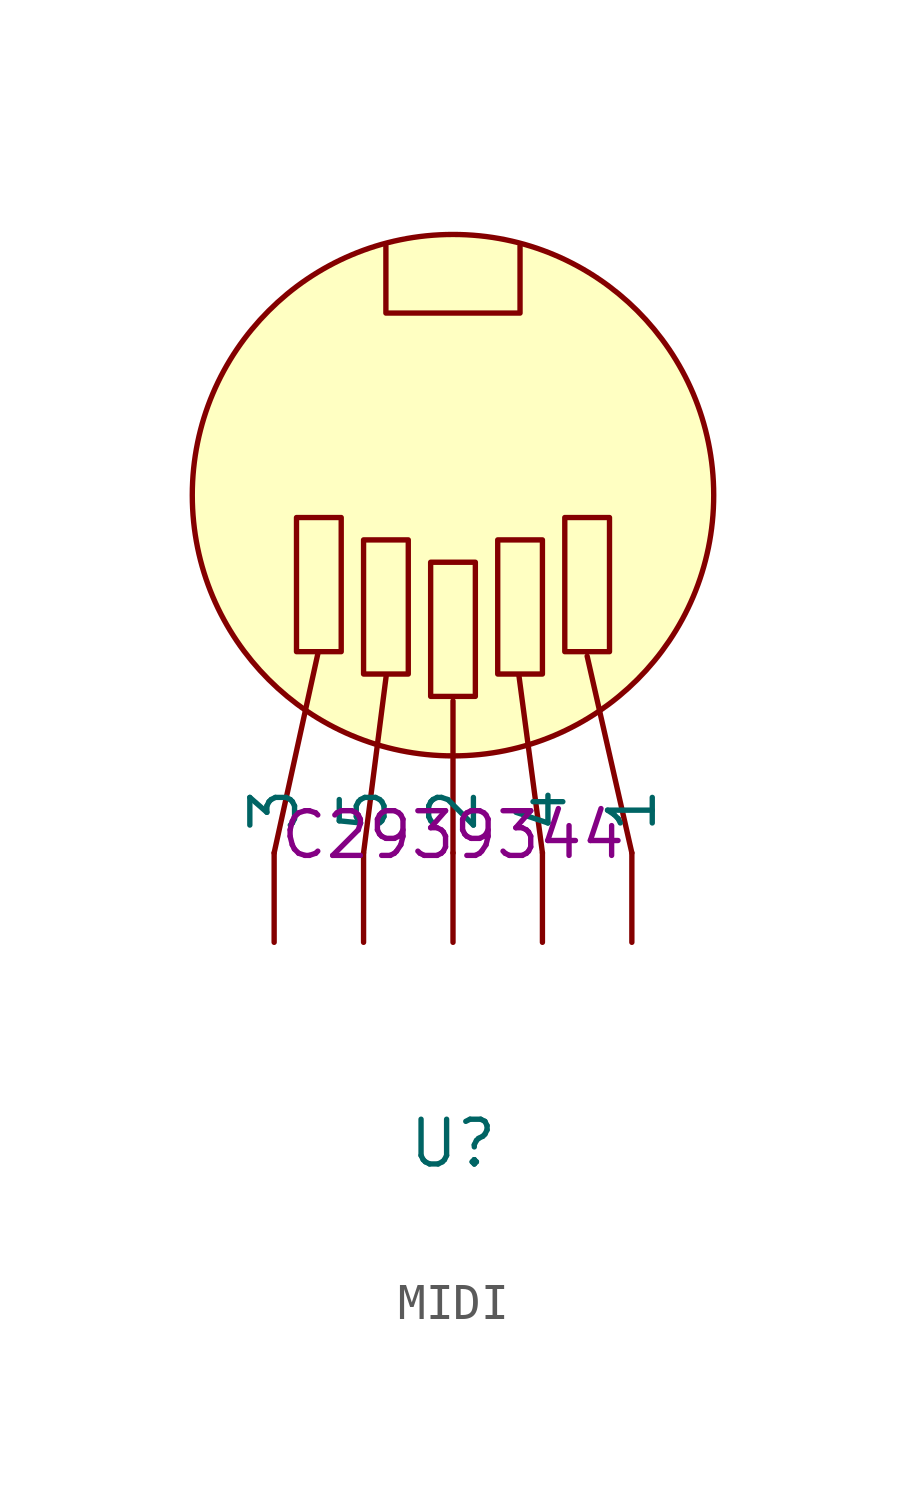
<source format=kicad_sym>
(kicad_symbol_lib
  (version 20231120)
  (generator "kicad_symbol_editor")
  (generator_version "8.0")
  (symbol "MIDI"
    (property "Reference" "U"
      (at 0 -8.763 0)
      (effects (font (size 1.27 1.27))))
    (property "Value" ""
      (at 0 9.652 0)
      (effects (font (size 1.27 1.27))))
    (property "LCSC" "C2939344"
      (at 0 0 0)
      (effects (font (size 1.27 1.27))))
    (symbol "MIDI_1_1"
      (rectangle (start -3.175 5.207) (end -4.445 9.017) (stroke (width 0) (type default)) (fill (type none)))
      (rectangle (start -1.27 4.572) (end -2.54 8.382) (stroke (width 0) (type default)) (fill (type none)))
      (polyline (pts (xy -5.08 -0.508) (xy -3.837 5.156)) (stroke (width 0) (type default)) (fill (type none)))
      (polyline (pts (xy -2.54 -0.508) (xy -1.898 4.514)) (stroke (width 0) (type default)) (fill (type none)))
      (polyline (pts (xy 0 -0.508) (xy 0 3.81)) (stroke (width 0) (type default)) (fill (type none)))
      (polyline (pts (xy 2.54 -0.508) (xy 1.872 4.532)) (stroke (width 0) (type default)) (fill (type none)))
      (polyline (pts (xy 3.81 5.08) (xy 5.08 -0.508)) (stroke (width 0) (type default)) (fill (type none)))
      (polyline (pts (xy 1.904 16.729) (xy 1.904 14.824) (xy -1.906 14.824) (xy -1.906 16.729)) (stroke (width 0) (type default)) (fill (type none)))
      (circle (center 0 9.652) (radius 7.405) (stroke (width 0) (type default)) (fill (type background)))
      (rectangle (start 0.635 3.937) (end -0.635 7.747) (stroke (width 0) (type default)) (fill (type none)))
      (rectangle (start 2.54 4.572) (end 1.27 8.382) (stroke (width 0) (type default)) (fill (type none)))
      (rectangle (start 4.445 5.207) (end 3.175 9.017) (stroke (width 0) (type default)) (fill (type none)))
      (pin input line (at 5.08 -3.048 90) (length 2.54) (name "1" (effects (font (size 1.27 1.27)))) (number "" (effects (font (size 1.27 1.27)))))
      (pin input line (at 0 -3.048 90) (length 2.54) (name "2" (effects (font (size 1.27 1.27)))) (number "" (effects (font (size 1.27 1.27)))))
      (pin input line (at -5.08 -3.048 90) (length 2.54) (name "3" (effects (font (size 1.27 1.27)))) (number "" (effects (font (size 1.27 1.27)))))
      (pin input line (at 2.54 -3.048 90) (length 2.54) (name "4" (effects (font (size 1.27 1.27)))) (number "" (effects (font (size 1.27 1.27)))))
      (pin input line (at -2.54 -3.048 90) (length 2.54) (name "5" (effects (font (size 1.27 1.27)))) (number "" (effects (font (size 1.27 1.27))))))))
</source>
